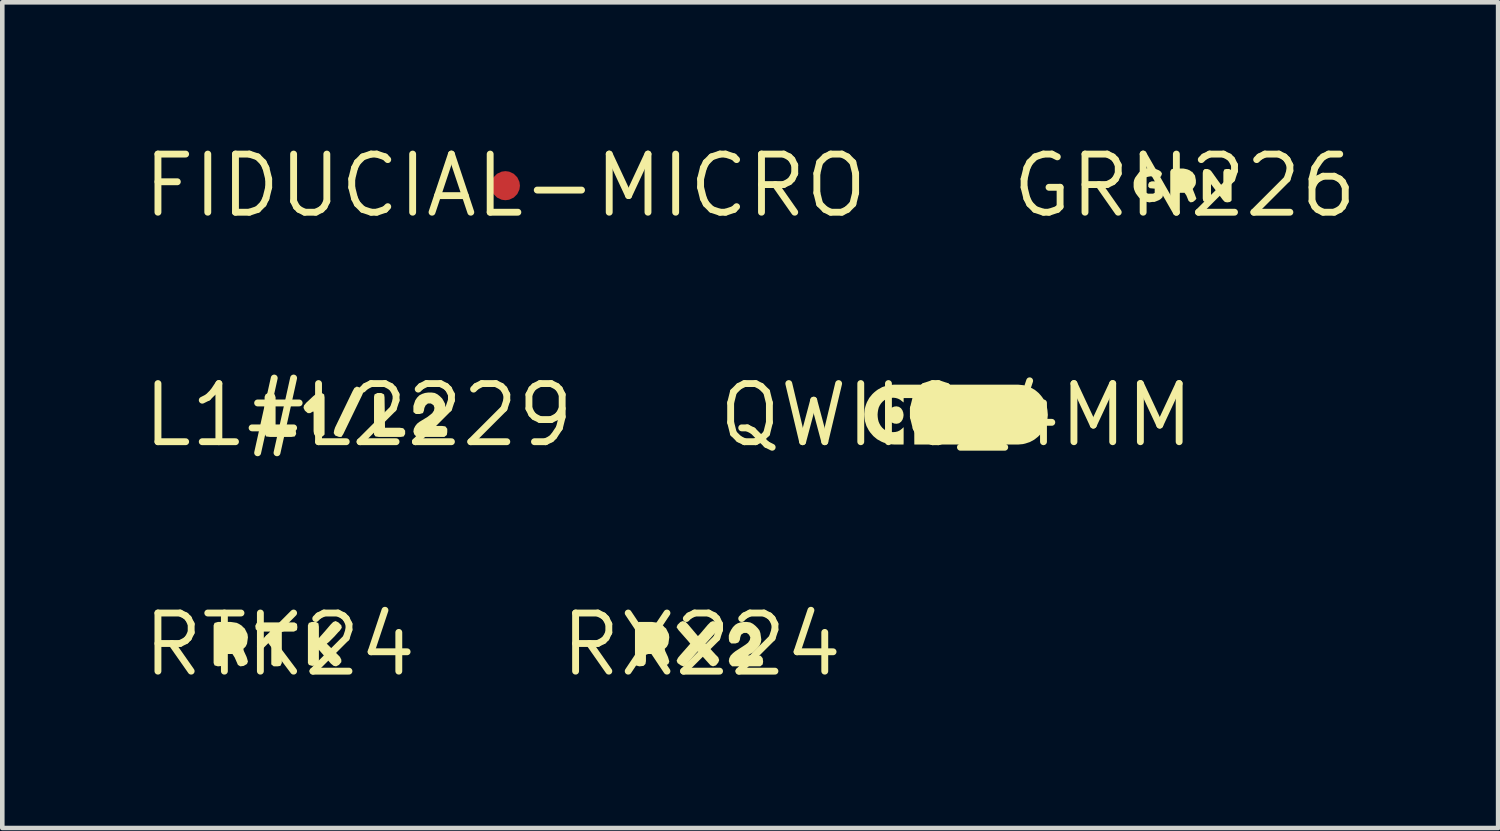
<source format=kicad_pcb>
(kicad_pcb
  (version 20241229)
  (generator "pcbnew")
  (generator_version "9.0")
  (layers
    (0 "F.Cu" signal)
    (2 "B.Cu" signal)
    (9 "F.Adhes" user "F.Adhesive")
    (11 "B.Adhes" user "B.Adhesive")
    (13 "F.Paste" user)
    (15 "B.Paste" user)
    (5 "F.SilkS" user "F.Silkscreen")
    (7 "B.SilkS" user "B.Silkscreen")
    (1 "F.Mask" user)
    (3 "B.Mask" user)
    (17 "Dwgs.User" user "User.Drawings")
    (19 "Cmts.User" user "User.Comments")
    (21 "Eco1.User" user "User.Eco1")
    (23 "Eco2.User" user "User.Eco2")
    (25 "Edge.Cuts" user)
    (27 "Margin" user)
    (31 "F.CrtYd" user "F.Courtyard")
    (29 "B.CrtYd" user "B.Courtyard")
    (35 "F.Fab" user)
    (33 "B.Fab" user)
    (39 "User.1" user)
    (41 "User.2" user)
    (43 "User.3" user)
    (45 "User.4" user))
  (footprint "RX224"
    (layer "F.Cu")
    (at 12.275 11.031)
    (property "Reference" "RX224" (at 0 0 0) (layer "F.SilkS") (effects (font (size 1.27 1.27) (thickness 0.15))))
    (fp_poly (pts (xy -1.009 -0.485) (xy -0.948 -0.475) (xy -0.887 -0.444) (xy -0.822 -0.401) (xy -0.828 -0.395) (xy -0.776 -0.353) (xy -0.715 -0.232) (xy -0.705 -0.16) (xy -0.715 -0.089) (xy -0.725 -0.018) (xy -0.756 0.043) (xy -0.805 0.092) (xy -0.795 0.138) (xy -0.735 0.268) (xy -0.725 0.299) (xy -0.705 0.37) (xy -0.726 0.423) (xy -0.798 0.465) (xy -0.871 0.475) (xy -0.924 0.443) (xy -0.994 0.282) (xy -1.043 0.205) (xy -1.169 0.205) (xy -1.215 0.223) (xy -1.215 0.36) (xy -1.225 0.422) (xy -1.268 0.465) (xy -1.36 0.475) (xy -1.434 0.454) (xy -1.455 0.401) (xy -1.455 -0.421) (xy -1.434 -0.474) (xy -1.361 -0.495) (xy -1.08 -0.495)) (stroke (width 0) (type default)) (fill yes) (layer "F.SilkS"))
    (fp_poly (pts (xy 0.302 -0.494) (xy 0.375 -0.443) (xy 0.385 -0.379) (xy 0.354 -0.317) (xy 0.087 -0.02) (xy 0.314 0.227) (xy 0.364 0.277) (xy 0.385 0.34) (xy 0.364 0.393) (xy 0.313 0.454) (xy 0.25 0.475) (xy 0.197 0.454) (xy -0.08 0.147) (xy -0.116 0.183) (xy -0.296 0.393) (xy -0.296 0.393) (xy -0.347 0.454) (xy -0.4 0.475) (xy -0.452 0.454) (xy -0.524 0.403) (xy -0.545 0.35) (xy -0.514 0.287) (xy -0.464 0.227) (xy -0.247 -0.02) (xy -0.284 -0.067) (xy -0.504 -0.317) (xy -0.546 -0.379) (xy -0.524 -0.433) (xy -0.463 -0.494) (xy -0.41 -0.515) (xy -0.347 -0.494) (xy -0.296 -0.443) (xy -0.08 -0.187) (xy -0.034 -0.233) (xy 0.136 -0.433) (xy 0.197 -0.494) (xy 0.25 -0.515)) (stroke (width 0) (type default)) (fill yes) (layer "F.SilkS"))
    (fp_poly (pts (xy 1.062 -0.485) (xy 1.123 -0.454) (xy 1.173 -0.414) (xy 1.224 -0.363) (xy 1.264 -0.312) (xy 1.285 -0.251) (xy 1.295 -0.181) (xy 1.305 -0.11) (xy 1.295 -0.049) (xy 1.264 0.023) (xy 1.224 0.073) (xy 1.174 0.124) (xy 1.123 0.174) (xy 1.062 0.204) (xy 1.018 0.231) (xy 1.022 0.235) (xy 1.22 0.235) (xy 1.293 0.245) (xy 1.335 0.298) (xy 1.345 0.37) (xy 1.335 0.433) (xy 1.282 0.475) (xy 0.668 0.475) (xy 0.616 0.423) (xy 0.595 0.36) (xy 0.605 0.298) (xy 0.636 0.237) (xy 0.687 0.186) (xy 0.737 0.146) (xy 0.907 0.036) (xy 0.967 -0.004) (xy 1.016 -0.043) (xy 1.055 -0.102) (xy 1.065 -0.159) (xy 1.036 -0.217) (xy 0.988 -0.255) (xy 0.922 -0.255) (xy 0.864 -0.217) (xy 0.845 -0.159) (xy 0.835 -0.098) (xy 0.803 -0.046) (xy 0.741 -0.025) (xy 0.648 -0.025) (xy 0.605 -0.068) (xy 0.595 -0.13) (xy 0.595 -0.201) (xy 0.615 -0.262) (xy 0.646 -0.323) (xy 0.686 -0.383) (xy 0.737 -0.434) (xy 0.788 -0.465) (xy 0.849 -0.485) (xy 0.92 -0.495) (xy 0.99 -0.495)) (stroke (width 0) (type default)) (fill yes) (layer "F.SilkS")))
  (footprint "RTK24"
    (layer "F.Cu")
    (at 3.061 11.031)
    (property "Reference" "RTK24" (at 0 0 0) (layer "F.SilkS") (effects (font (size 1.27 1.27) (thickness 0.15))))
    (fp_poly (pts (xy 0.375 -0.453) (xy 0.385 -0.38) (xy 0.375 -0.317) (xy 0.311 -0.285) (xy 0.1 -0.285) (xy 0.045 -0.276) (xy 0.045 0.401) (xy 0.013 0.465) (xy -0.05 0.475) (xy -0.132 0.475) (xy -0.185 0.432) (xy -0.185 -0.248) (xy -0.212 -0.285) (xy -0.41 -0.285) (xy -0.482 -0.295) (xy -0.525 -0.338) (xy -0.535 -0.411) (xy -0.503 -0.475) (xy -0.43 -0.485) (xy 0.321 -0.485)) (stroke (width 0) (type default)) (fill yes) (layer "F.SilkS"))
    (fp_poly (pts (xy -0.999 -0.485) (xy -0.938 -0.475) (xy -0.877 -0.444) (xy -0.812 -0.401) (xy -0.818 -0.395) (xy -0.766 -0.353) (xy -0.705 -0.232) (xy -0.695 -0.16) (xy -0.705 -0.089) (xy -0.715 -0.018) (xy -0.746 0.043) (xy -0.795 0.092) (xy -0.785 0.138) (xy -0.725 0.268) (xy -0.715 0.299) (xy -0.695 0.37) (xy -0.716 0.423) (xy -0.788 0.465) (xy -0.861 0.475) (xy -0.914 0.443) (xy -0.984 0.282) (xy -1.033 0.205) (xy -1.159 0.205) (xy -1.205 0.223) (xy -1.205 0.36) (xy -1.215 0.422) (xy -1.258 0.465) (xy -1.35 0.475) (xy -1.424 0.454) (xy -1.445 0.401) (xy -1.445 -0.421) (xy -1.424 -0.474) (xy -1.351 -0.495) (xy -1.07 -0.495)) (stroke (width 0) (type default)) (fill yes) (layer "F.SilkS"))
    (fp_poly (pts (xy 1.283 -0.484) (xy 1.345 -0.422) (xy 1.355 -0.369) (xy 1.314 -0.307) (xy 1.274 -0.267) (xy 1.194 -0.177) (xy 1.073 -0.056) (xy 1.027 -0.02) (xy 1.194 0.146) (xy 1.314 0.267) (xy 1.345 0.329) (xy 1.345 0.382) (xy 1.293 0.444) (xy 1.231 0.475) (xy 1.178 0.465) (xy 1.116 0.414) (xy 0.855 0.113) (xy 0.855 0.36) (xy 0.845 0.423) (xy 0.792 0.455) (xy 0.71 0.465) (xy 0.637 0.444) (xy 0.615 0.401) (xy 0.615 -0.421) (xy 0.636 -0.474) (xy 0.699 -0.495) (xy 0.791 -0.495) (xy 0.845 -0.463) (xy 0.855 -0.39) (xy 0.855 -0.143) (xy 0.996 -0.303) (xy 1.116 -0.443) (xy 1.167 -0.494) (xy 1.22 -0.515)) (stroke (width 0) (type default)) (fill yes) (layer "F.SilkS")))
  (footprint "QWIIC_4MM"
    (layer "F.Cu")
    (at 17.839 6.019)
    (property "Reference" "QWIIC_4MM" (at 0 0 0) (layer "F.SilkS") (effects (font (size 1.27 1.27) (thickness 0.15))))
    (fp_poly (pts (xy -1.253 -0.182) (xy -1.208 -0.151) (xy -1.177 -0.107) (xy -1.159 -0.058) (xy -1.151 -0.004) (xy -1.158 0.049) (xy -1.175 0.099) (xy -1.205 0.143) (xy -1.249 0.176) (xy -1.302 0.188) (xy -1.356 0.183) (xy -1.405 0.162) (xy -1.445 0.126) (xy -1.471 0.079) (xy -1.481 0.026) (xy -1.481 -0.027) (xy -1.473 -0.08) (xy -1.447 -0.128) (xy -1.408 -0.165) (xy -1.359 -0.187) (xy -1.306 -0.193)) (stroke (width 0) (type default)) (fill yes) (layer "F.SilkS"))
    (fp_poly (pts (xy 1.366 -0.665) (xy 1.472 -0.654) (xy 1.574 -0.624) (xy 1.623 -0.604) (xy 1.717 -0.552) (xy 1.799 -0.484) (xy 1.835 -0.444) (xy 1.869 -0.403) (xy 1.9 -0.359) (xy 1.95 -0.265) (xy 1.982 -0.163) (xy 1.991 -0.11) (xy 2 -0.004) (xy 1.989 0.103) (xy 1.977 0.154) (xy 1.961 0.205) (xy 1.942 0.255) (xy 1.891 0.35) (xy 1.824 0.432) (xy 1.786 0.47) (xy 1.702 0.536) (xy 1.608 0.587) (xy 1.507 0.62) (xy 1.454 0.632) (xy 1.348 0.642) (xy -0.916 0.642) (xy -0.917 0.617) (xy -0.919 -0.342) (xy -0.92 -0.342) (xy -0.919 -0.373) (xy -1.149 -0.373) (xy -1.15 -0.351) (xy -1.15 -0.277) (xy -1.185 -0.304) (xy -1.226 -0.337) (xy -1.271 -0.36) (xy -1.321 -0.375) (xy -1.372 -0.381) (xy -1.424 -0.378) (xy -1.475 -0.369) (xy -1.525 -0.353) (xy -1.57 -0.328) (xy -1.61 -0.295) (xy -1.644 -0.256) (xy -1.672 -0.213) (xy -1.694 -0.166) (xy -1.707 -0.115) (xy -1.715 -0.064) (xy -1.719 -0.012) (xy -1.716 0.041) (xy -1.709 0.092) (xy -1.696 0.143) (xy -1.675 0.191) (xy -1.649 0.235) (xy -1.616 0.276) (xy -1.578 0.31) (xy -1.533 0.336) (xy -1.484 0.354) (xy -1.434 0.366) (xy -1.382 0.371) (xy -1.33 0.367) (xy -1.28 0.355) (xy -1.234 0.333) (xy -1.193 0.302) (xy -1.15 0.262) (xy -1.15 0.595) (xy -1.152 0.642) (xy -1.327 0.642) (xy -1.38 0.64) (xy -1.486 0.629) (xy -1.589 0.598) (xy -1.638 0.577) (xy -1.731 0.525) (xy -1.813 0.456) (xy -1.882 0.375) (xy -1.912 0.331) (xy -1.962 0.237) (xy -1.994 0.134) (xy -2.002 0.082) (xy -2.008 0.029) (xy -2.011 -0.025) (xy -2 -0.131) (xy -1.987 -0.183) (xy -1.971 -0.234) (xy -1.952 -0.283) (xy -1.901 -0.377) (xy -1.833 -0.46) (xy -1.794 -0.497) (xy -1.753 -0.531) (xy -1.71 -0.562) (xy -1.616 -0.614) (xy -1.514 -0.646) (xy -1.462 -0.657) (xy -1.356 -0.667) (xy 1.346 -0.667)) (stroke (width 0) (type default)) (fill yes) (layer "F.SilkS")))
  (footprint "FIDUCIAL-MICRO"
    (layer "F.Cu")
    (at 7.99 1.006)
    (property "Reference" "FIDUCIAL-MICRO" (at 0 0 0) (layer "F.SilkS") (effects (font (size 1.27 1.27) (thickness 0.15))))
    (pad "1" smd roundrect (at 0 0) (size 0.635 0.635) (layers "F.Cu" "F.Mask") (roundrect_rratio 0.5)))
  (footprint "GRN226"
    (layer "F.Cu")
    (at 22.828 1.006)
    (property "Reference" "GRN226" (at 0 0 0) (layer "F.SilkS") (effects (font (size 1.27 1.27) (thickness 0.15))))
    (fp_poly (pts (xy 0.553 -0.344) (xy 0.584 -0.313) (xy 0.734 -0.103) (xy 0.845 0.045) (xy 0.845 -0.301) (xy 0.866 -0.354) (xy 0.909 -0.365) (xy 0.971 -0.365) (xy 1.014 -0.343) (xy 1.025 -0.29) (xy 1.025 0.322) (xy 0.992 0.355) (xy 0.93 0.365) (xy 0.878 0.355) (xy 0.836 0.313) (xy 0.575 -0.035) (xy 0.575 0.301) (xy 0.553 0.344) (xy 0.5 0.355) (xy 0.438 0.355) (xy 0.406 0.333) (xy 0.395 0.28) (xy 0.395 -0.28) (xy 0.405 -0.332) (xy 0.438 -0.365) (xy 0.501 -0.365)) (stroke (width 0) (type default)) (fill yes) (layer "F.SilkS"))
    (fp_poly (pts (xy 0.021 -0.365) (xy 0.062 -0.355) (xy 0.112 -0.334) (xy 0.155 -0.302) (xy 0.16 -0.308) (xy 0.194 -0.263) (xy 0.225 -0.222) (xy 0.235 -0.171) (xy 0.245 -0.12) (xy 0.245 -0.059) (xy 0.235 -0.018) (xy 0.204 0.033) (xy 0.176 0.071) (xy 0.185 0.098) (xy 0.225 0.198) (xy 0.235 0.228) (xy 0.256 0.281) (xy 0.234 0.313) (xy 0.182 0.355) (xy 0.129 0.365) (xy 0.086 0.333) (xy 0.036 0.212) (xy -0.003 0.155) (xy -0.099 0.155) (xy -0.135 0.173) (xy -0.135 0.27) (xy -0.146 0.323) (xy -0.178 0.345) (xy -0.24 0.355) (xy -0.293 0.344) (xy -0.315 0.301) (xy -0.315 -0.311) (xy -0.294 -0.354) (xy -0.241 -0.375) (xy -0.03 -0.375)) (stroke (width 0) (type default)) (fill yes) (layer "F.SilkS"))
    (fp_poly (pts (xy -0.659 -0.375) (xy -0.608 -0.355) (xy -0.558 -0.334) (xy -0.516 -0.303) (xy -0.495 -0.26) (xy -0.516 -0.207) (xy -0.557 -0.165) (xy -0.6 -0.155) (xy -0.692 -0.195) (xy -0.74 -0.205) (xy -0.799 -0.195) (xy -0.838 -0.185) (xy -0.876 -0.156) (xy -0.906 -0.118) (xy -0.925 -0.069) (xy -0.935 -0.02) (xy -0.925 0.029) (xy -0.906 0.078) (xy -0.876 0.117) (xy -0.837 0.156) (xy -0.799 0.175) (xy -0.691 0.175) (xy -0.655 0.157) (xy -0.655 0.065) (xy -0.762 0.055) (xy -0.795 0.022) (xy -0.795 -0.031) (xy -0.774 -0.074) (xy -0.721 -0.095) (xy -0.57 -0.095) (xy -0.518 -0.085) (xy -0.485 -0.052) (xy -0.475 -0.000495) (xy -0.475 0.211) (xy -0.485 0.253) (xy -0.527 0.294) (xy -0.558 0.314) (xy -0.608 0.335) (xy -0.659 0.355) (xy -0.71 0.355) (xy -0.77 0.365) (xy -0.821 0.355) (xy -0.872 0.345) (xy -0.912 0.324) (xy -0.963 0.294) (xy -1.004 0.253) (xy -1.034 0.213) (xy -1.064 0.173) (xy -1.085 0.132) (xy -1.105 0.081) (xy -1.115 0.03) (xy -1.115 -0.07) (xy -1.105 -0.121) (xy -1.084 -0.172) (xy -1.054 -0.213) (xy -1.024 -0.253) (xy -0.994 -0.294) (xy -0.953 -0.324) (xy -0.902 -0.355) (xy -0.862 -0.365) (xy -0.811 -0.385) (xy -0.71 -0.385)) (stroke (width 0) (type default)) (fill yes) (layer "F.SilkS")))
  (footprint "L1#L2229"
    (layer "F.Cu")
    (at 4.785 6.019)
    (property "Reference" "L1#L2229" (at 0 0 0) (layer "F.SilkS") (effects (font (size 1.27 1.27) (thickness 0.15))))
    (fp_poly (pts (xy 0.022 -0.605) (xy 0.094 -0.563) (xy 0.105 -0.509) (xy 0.075 -0.438) (xy -0.336 0.412) (xy -0.377 0.475) (xy -0.431 0.475) (xy -0.513 0.444) (xy -0.545 0.391) (xy -0.535 0.329) (xy -0.515 0.268) (xy -0.134 -0.522) (xy -0.094 -0.594) (xy -0.041 -0.625)) (stroke (width 0) (type default)) (fill yes) (layer "F.SilkS"))
    (fp_poly (pts (xy 0.555 -0.453) (xy 0.565 -0.39) (xy 0.575 0.275) (xy 0.9 0.275) (xy 0.973 0.285) (xy 1.015 0.338) (xy 1.015 0.411) (xy 0.983 0.465) (xy 0.92 0.475) (xy 0.44 0.475) (xy 0.367 0.465) (xy 0.335 0.422) (xy 0.335 -0.4) (xy 0.346 -0.453) (xy 0.409 -0.485) (xy 0.491 -0.485)) (stroke (width 0) (type default)) (fill yes) (layer "F.SilkS"))
    (fp_poly (pts (xy -1.836 -0.453) (xy -1.815 -0.391) (xy -1.815 0.275) (xy -1.48 0.275) (xy -1.407 0.285) (xy -1.375 0.338) (xy -1.365 0.411) (xy -1.397 0.465) (xy -1.47 0.475) (xy -1.94 0.475) (xy -2.023 0.465) (xy -2.045 0.422) (xy -2.055 0.35) (xy -2.055 -0.401) (xy -2.034 -0.453) (xy -1.981 -0.485) (xy -1.889 -0.485)) (stroke (width 0) (type default)) (fill yes) (layer "F.SilkS"))
    (fp_poly (pts (xy -0.755 -0.453) (xy -0.745 -0.39) (xy -0.745 0.422) (xy -0.788 0.465) (xy -0.87 0.475) (xy -0.943 0.465) (xy -0.975 0.412) (xy -0.985 0.35) (xy -0.985 -0.059) (xy -0.993 -0.083) (xy -1.059 -0.045) (xy -1.112 -0.045) (xy -1.174 -0.097) (xy -1.205 -0.159) (xy -1.195 -0.212) (xy -1.144 -0.273) (xy -0.993 -0.414) (xy -0.943 -0.454) (xy -0.881 -0.485) (xy -0.809 -0.485)) (stroke (width 0) (type default)) (fill yes) (layer "F.SilkS"))
    (fp_poly (pts (xy 1.662 -0.485) (xy 1.723 -0.454) (xy 1.773 -0.414) (xy 1.824 -0.363) (xy 1.854 -0.312) (xy 1.885 -0.252) (xy 1.895 -0.18) (xy 1.895 -0.11) (xy 1.885 -0.049) (xy 1.865 0.022) (xy 1.824 0.073) (xy 1.773 0.124) (xy 1.713 0.174) (xy 1.663 0.204) (xy 1.618 0.231) (xy 1.622 0.235) (xy 1.82 0.235) (xy 1.893 0.245) (xy 1.935 0.298) (xy 1.935 0.37) (xy 1.925 0.433) (xy 1.872 0.475) (xy 1.268 0.475) (xy 1.216 0.423) (xy 1.195 0.36) (xy 1.205 0.298) (xy 1.236 0.237) (xy 1.276 0.186) (xy 1.327 0.146) (xy 1.507 0.036) (xy 1.557 -0.004) (xy 1.606 -0.043) (xy 1.645 -0.102) (xy 1.655 -0.16) (xy 1.636 -0.217) (xy 1.578 -0.255) (xy 1.512 -0.255) (xy 1.464 -0.217) (xy 1.435 -0.158) (xy 1.425 -0.099) (xy 1.404 -0.046) (xy 1.331 -0.025) (xy 1.248 -0.025) (xy 1.195 -0.068) (xy 1.195 -0.201) (xy 1.215 -0.262) (xy 1.235 -0.322) (xy 1.276 -0.383) (xy 1.327 -0.434) (xy 1.388 -0.465) (xy 1.449 -0.485) (xy 1.52 -0.495) (xy 1.59 -0.495)) (stroke (width 0) (type default)) (fill yes) (layer "F.SilkS")))
  (gr_rect
    (start -3 -3)
    (end 29.675 15.037)
    (stroke (width 0.1) (type default))
    (fill no)
    (layer "Edge.Cuts")))
</source>
